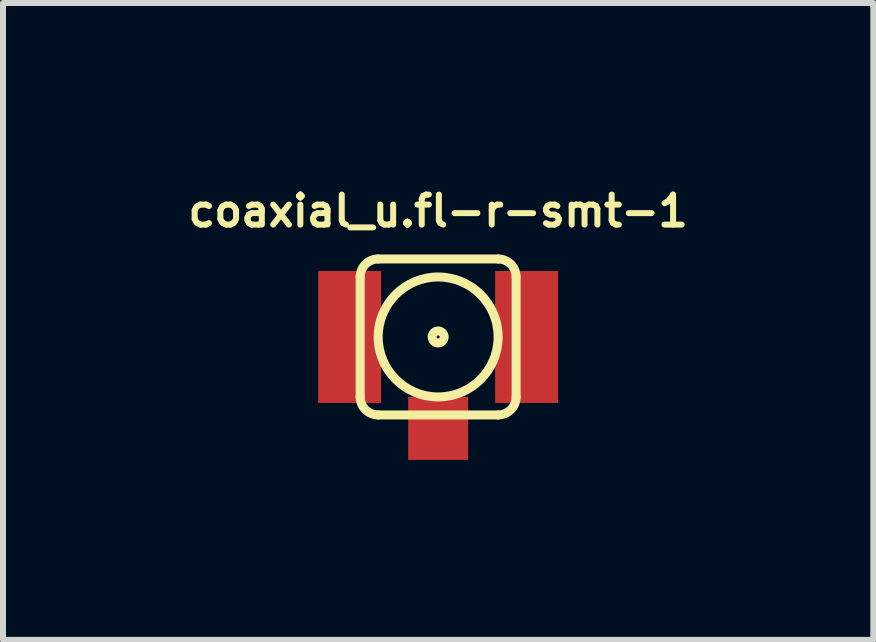
<source format=kicad_pcb>
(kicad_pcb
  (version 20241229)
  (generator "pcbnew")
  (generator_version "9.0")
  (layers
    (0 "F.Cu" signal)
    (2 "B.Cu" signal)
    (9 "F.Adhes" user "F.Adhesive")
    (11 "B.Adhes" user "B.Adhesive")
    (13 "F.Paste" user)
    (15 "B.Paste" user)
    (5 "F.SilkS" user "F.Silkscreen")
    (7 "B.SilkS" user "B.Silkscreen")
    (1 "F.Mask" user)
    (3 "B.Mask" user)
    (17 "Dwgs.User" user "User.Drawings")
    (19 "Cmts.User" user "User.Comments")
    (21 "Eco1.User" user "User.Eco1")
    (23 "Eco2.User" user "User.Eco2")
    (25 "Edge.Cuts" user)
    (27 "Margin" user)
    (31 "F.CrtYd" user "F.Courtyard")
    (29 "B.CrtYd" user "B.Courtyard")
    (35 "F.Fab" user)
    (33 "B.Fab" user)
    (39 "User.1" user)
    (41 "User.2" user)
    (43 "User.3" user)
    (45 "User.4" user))
  (footprint "coaxial_u.fl-r-smt-1"
    (layer "F.Cu")
    (at 4.255 2.568)
    (property "Reference" "coaxial_u.fl-r-smt-1" (at 0 -2.1 0) (layer "F.SilkS") (effects (font (size 0.5 0.5) (thickness 0.1))))
    (attr through_hole)
    (fp_line (start -1.3 1) (end -1.3 -1) (stroke (width 0.15) (type solid)) (layer "F.SilkS"))
    (fp_line (start -1 -1.3) (end 1 -1.3) (stroke (width 0.15) (type solid)) (layer "F.SilkS"))
    (fp_line (start 1 1.3) (end -1 1.3) (stroke (width 0.15) (type solid)) (layer "F.SilkS"))
    (fp_line (start 1.3 -1) (end 1.3 1) (stroke (width 0.15) (type solid)) (layer "F.SilkS"))
    (fp_arc (start -1.3 -1) (mid -1.212132 -1.212132) (end -1 -1.3) (stroke (width 0.15) (type solid)) (layer "F.SilkS"))
    (fp_arc (start -1 1.3) (mid -1.212132 1.212132) (end -1.3 1) (stroke (width 0.15) (type solid)) (layer "F.SilkS"))
    (fp_arc (start 1 -1.3) (mid 1.212132 -1.212132) (end 1.3 -1) (stroke (width 0.15) (type solid)) (layer "F.SilkS"))
    (fp_arc (start 1.3 1) (mid 1.212132 1.212132) (end 1 1.3) (stroke (width 0.15) (type solid)) (layer "F.SilkS"))
    (fp_circle (center 0 0) (end -1 0) (stroke (width 0.15) (type solid)) (fill no) (layer "F.SilkS"))
    (fp_circle (center 0 0) (end -0.1 0) (stroke (width 0.15) (type solid)) (fill no) (layer "F.SilkS"))
    (pad "1" smd rect (at 0 1.525) (size 1 1.05) (layers "F.Cu" "F.Mask" "F.Paste"))
    (pad "2" smd rect (at -1.475 0) (size 1.05 2.2) (layers "F.Cu" "F.Mask" "F.Paste"))
    (pad "2" smd rect (at 1.475 0) (size 1.05 2.2) (layers "F.Cu" "F.Mask" "F.Paste")))
  (gr_rect
    (start -3 -3)
    (end 11.51 7.618)
    (stroke (width 0.1) (type default))
    (fill no)
    (layer "Edge.Cuts")))
</source>
